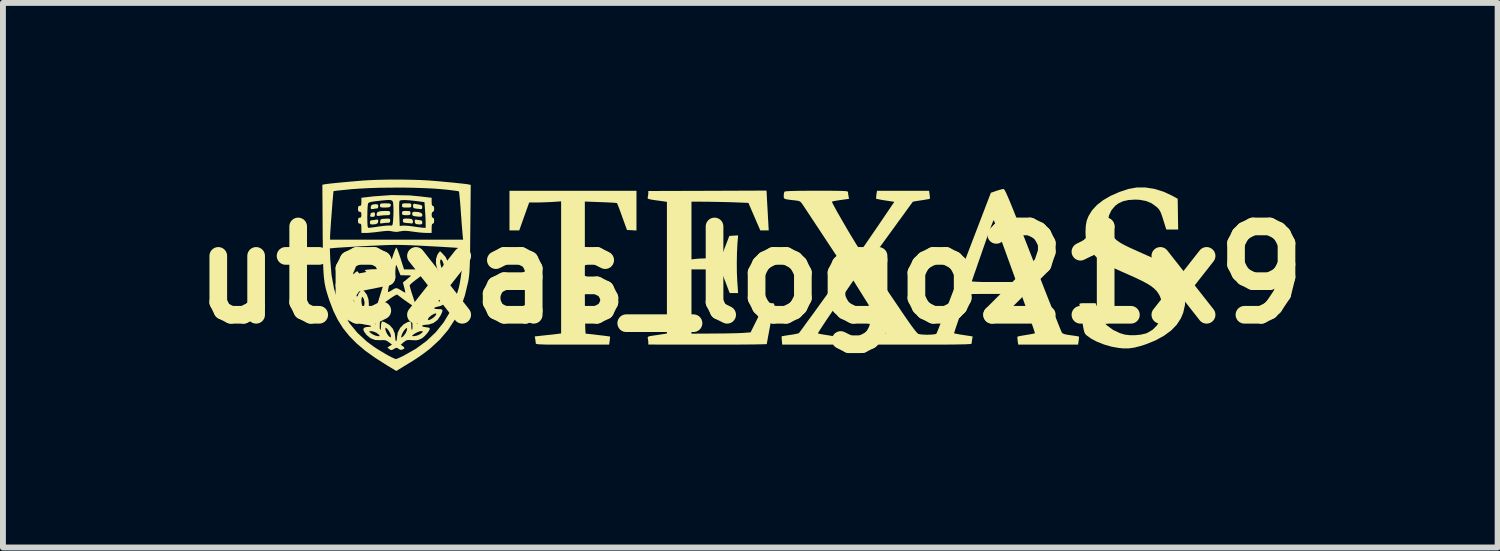
<source format=kicad_pcb>
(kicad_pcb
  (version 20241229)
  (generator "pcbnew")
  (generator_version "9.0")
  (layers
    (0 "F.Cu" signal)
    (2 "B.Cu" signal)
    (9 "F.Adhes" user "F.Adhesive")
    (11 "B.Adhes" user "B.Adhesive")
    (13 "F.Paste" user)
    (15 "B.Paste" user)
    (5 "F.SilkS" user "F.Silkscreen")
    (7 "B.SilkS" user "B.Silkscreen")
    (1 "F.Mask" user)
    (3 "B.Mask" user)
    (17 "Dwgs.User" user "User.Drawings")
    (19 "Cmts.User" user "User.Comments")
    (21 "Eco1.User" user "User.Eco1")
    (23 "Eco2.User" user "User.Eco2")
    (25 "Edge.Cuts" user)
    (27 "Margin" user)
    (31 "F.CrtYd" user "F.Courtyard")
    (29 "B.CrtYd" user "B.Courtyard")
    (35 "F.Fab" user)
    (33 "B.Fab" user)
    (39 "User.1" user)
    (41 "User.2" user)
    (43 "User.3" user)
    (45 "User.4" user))
  (footprint "utexas_logo21x9"
    (layer "F.Cu")
    (at 9.693 1.618)
    (property "Reference" "utexas_logo21x9" (at 0 0 0) (layer "F.SilkS") (effects (font (size 1.5 1.5) (thickness 0.3))))
    (attr board_only exclude_from_pos_files exclude_from_bom)
    (fp_poly (pts (xy -6.376 -1.046) (xy -6.375 -1.026) (xy -6.379 -0.997) (xy -6.396 -0.986) (xy -6.42 -0.985) (xy -6.45 -0.988) (xy -6.458 -1) (xy -6.456 -1.007) (xy -6.448 -1.034) (xy -6.447 -1.042) (xy -6.435 -1.053) (xy -6.411 -1.06) (xy -6.385 -1.061)) (stroke (width 0) (type solid)) (fill yes) (layer "F.SilkS"))
    (fp_poly (pts (xy -6.329 -1.196) (xy -6.319 -1.179) (xy -6.318 -1.164) (xy -6.325 -1.136) (xy -6.337 -1.128) (xy -6.365 -1.126) (xy -6.402 -1.119) (xy -6.433 -1.116) (xy -6.445 -1.125) (xy -6.447 -1.147) (xy -6.439 -1.178) (xy -6.412 -1.195) (xy -6.361 -1.2) (xy -6.36 -1.2)) (stroke (width 0) (type solid)) (fill yes) (layer "F.SilkS"))
    (fp_poly (pts (xy -6.32 -0.93) (xy -6.318 -0.909) (xy -6.327 -0.88) (xy -6.356 -0.862) (xy -6.409 -0.856) (xy -6.422 -0.855) (xy -6.451 -0.86) (xy -6.461 -0.879) (xy -6.461 -0.891) (xy -6.454 -0.92) (xy -6.434 -0.927) (xy -6.401 -0.93) (xy -6.363 -0.936) (xy -6.332 -0.94)) (stroke (width 0) (type solid)) (fill yes) (layer "F.SilkS"))
    (fp_poly (pts (xy -5.633 -1.066) (xy -5.59 -1.052) (xy -5.571 -1.028) (xy -5.57 -1.019) (xy -5.572 -1) (xy -5.583 -0.99) (xy -5.607 -0.987) (xy -5.651 -0.99) (xy -5.696 -0.995) (xy -5.729 -1.003) (xy -5.741 -1.021) (xy -5.743 -1.036) (xy -5.738 -1.061) (xy -5.716 -1.07) (xy -5.701 -1.071)) (stroke (width 0) (type solid)) (fill yes) (layer "F.SilkS"))
    (fp_poly (pts (xy -5.801 -1.084) (xy -5.779 -1.078) (xy -5.772 -1.064) (xy -5.771 -1.049) (xy -5.774 -1.028) (xy -5.786 -1.017) (xy -5.814 -1.014) (xy -5.843 -1.013) (xy -5.886 -1.015) (xy -5.907 -1.021) (xy -5.914 -1.035) (xy -5.915 -1.049) (xy -5.913 -1.071) (xy -5.901 -1.081) (xy -5.872 -1.085) (xy -5.843 -1.085)) (stroke (width 0) (type solid)) (fill yes) (layer "F.SilkS"))
    (fp_poly (pts (xy -5.791 -1.214) (xy -5.767 -1.209) (xy -5.758 -1.197) (xy -5.757 -1.179) (xy -5.759 -1.158) (xy -5.77 -1.147) (xy -5.797 -1.143) (xy -5.836 -1.143) (xy -5.881 -1.144) (xy -5.905 -1.149) (xy -5.914 -1.161) (xy -5.915 -1.179) (xy -5.913 -1.199) (xy -5.902 -1.21) (xy -5.876 -1.214) (xy -5.836 -1.215)) (stroke (width 0) (type solid)) (fill yes) (layer "F.SilkS"))
    (fp_poly (pts (xy -5.667 -0.936) (xy -5.626 -0.929) (xy -5.603 -0.927) (xy -5.578 -0.92) (xy -5.57 -0.894) (xy -5.57 -0.891) (xy -5.574 -0.866) (xy -5.592 -0.857) (xy -5.617 -0.856) (xy -5.655 -0.859) (xy -5.682 -0.865) (xy -5.682 -0.865) (xy -5.695 -0.883) (xy -5.7 -0.908) (xy -5.696 -0.934) (xy -5.678 -0.939)) (stroke (width 0) (type solid)) (fill yes) (layer "F.SilkS"))
    (fp_poly (pts (xy -5.703 -1.207) (xy -5.672 -1.201) (xy -5.63 -1.194) (xy -5.624 -1.193) (xy -5.588 -1.184) (xy -5.573 -1.169) (xy -5.57 -1.149) (xy -5.577 -1.122) (xy -5.595 -1.116) (xy -5.626 -1.12) (xy -5.669 -1.124) (xy -5.674 -1.125) (xy -5.71 -1.131) (xy -5.725 -1.144) (xy -5.728 -1.171) (xy -5.724 -1.2) (xy -5.708 -1.208)) (stroke (width 0) (type solid)) (fill yes) (layer "F.SilkS"))
    (fp_poly (pts (xy -6.143 -1.213) (xy -6.114 -1.207) (xy -6.104 -1.194) (xy -6.109 -1.171) (xy -6.111 -1.166) (xy -6.124 -1.152) (xy -6.155 -1.145) (xy -6.204 -1.143) (xy -6.251 -1.144) (xy -6.277 -1.148) (xy -6.287 -1.159) (xy -6.289 -1.179) (xy -6.289 -1.179) (xy -6.287 -1.198) (xy -6.278 -1.209) (xy -6.255 -1.213) (xy -6.211 -1.215) (xy -6.195 -1.215)) (stroke (width 0) (type solid)) (fill yes) (layer "F.SilkS"))
    (fp_poly (pts (xy -6.128 -0.952) (xy -6.118 -0.942) (xy -6.116 -0.921) (xy -6.116 -0.921) (xy -6.12 -0.897) (xy -6.135 -0.886) (xy -6.17 -0.884) (xy -6.216 -0.881) (xy -6.255 -0.875) (xy -6.258 -0.875) (xy -6.281 -0.872) (xy -6.288 -0.885) (xy -6.286 -0.907) (xy -6.282 -0.931) (xy -6.271 -0.944) (xy -6.245 -0.95) (xy -6.199 -0.953) (xy -6.153 -0.955)) (stroke (width 0) (type solid)) (fill yes) (layer "F.SilkS"))
    (fp_poly (pts (xy -5.793 -0.954) (xy -5.758 -0.949) (xy -5.751 -0.947) (xy -5.735 -0.931) (xy -5.729 -0.905) (xy -5.732 -0.882) (xy -5.745 -0.872) (xy -5.746 -0.872) (xy -5.771 -0.875) (xy -5.811 -0.879) (xy -5.833 -0.88) (xy -5.874 -0.885) (xy -5.894 -0.894) (xy -5.9 -0.911) (xy -5.901 -0.921) (xy -5.898 -0.943) (xy -5.884 -0.953) (xy -5.852 -0.956) (xy -5.837 -0.956)) (stroke (width 0) (type solid)) (fill yes) (layer "F.SilkS"))
    (fp_poly (pts (xy -6.145 -1.084) (xy -6.124 -1.078) (xy -6.117 -1.063) (xy -6.116 -1.049) (xy -6.119 -1.027) (xy -6.133 -1.016) (xy -6.166 -1.013) (xy -6.178 -1.013) (xy -6.232 -1.011) (xy -6.286 -1.005) (xy -6.293 -1.004) (xy -6.328 -1) (xy -6.343 -1.006) (xy -6.346 -1.026) (xy -6.346 -1.031) (xy -6.339 -1.056) (xy -6.315 -1.073) (xy -6.271 -1.082) (xy -6.202 -1.085) (xy -6.186 -1.085)) (stroke (width 0) (type solid)) (fill yes) (layer "F.SilkS"))
    (fp_poly (pts (xy -1.933 -1.09) (xy -1.933 -0.753) (xy -2.014 -0.758) (xy -2.094 -0.762) (xy -2.176 -0.987) (xy -2.203 -1.063) (xy -2.227 -1.128) (xy -2.247 -1.179) (xy -2.26 -1.21) (xy -2.264 -1.219) (xy -2.28 -1.221) (xy -2.32 -1.225) (xy -2.38 -1.228) (xy -2.454 -1.232) (xy -2.539 -1.235) (xy -2.541 -1.235) (xy -2.81 -1.245) (xy -2.81 -0.123) (xy -2.81 0.109) (xy -2.81 0.313) (xy -2.809 0.49) (xy -2.808 0.639) (xy -2.806 0.762) (xy -2.804 0.859) (xy -2.802 0.93) (xy -2.799 0.976) (xy -2.796 0.997) (xy -2.795 0.999) (xy -2.774 1.001) (xy -2.732 1.005) (xy -2.675 1.011) (xy -2.61 1.019) (xy -2.544 1.027) (xy -2.482 1.034) (xy -2.43 1.041) (xy -2.395 1.046) (xy -2.383 1.048) (xy -2.382 1.063) (xy -2.385 1.097) (xy -2.388 1.119) (xy -2.397 1.185) (xy -3.021 1.185) (xy -3.171 1.185) (xy -3.295 1.185) (xy -3.395 1.185) (xy -3.474 1.184) (xy -3.534 1.182) (xy -3.578 1.18) (xy -3.609 1.178) (xy -3.628 1.174) (xy -3.639 1.17) (xy -3.643 1.165) (xy -3.644 1.159) (xy -3.647 1.125) (xy -3.653 1.089) (xy -3.661 1.046) (xy -3.505 1.029) (xy -3.433 1.021) (xy -3.363 1.014) (xy -3.306 1.007) (xy -3.281 1.004) (xy -3.213 0.995) (xy -3.213 -0.126) (xy -3.213 -1.248) (xy -3.366 -1.238) (xy -3.446 -1.234) (xy -3.532 -1.231) (xy -3.609 -1.229) (xy -3.637 -1.229) (xy -3.755 -1.229) (xy -3.84 -0.992) (xy -3.924 -0.755) (xy -4.007 -0.755) (xy -4.09 -0.755) (xy -4.09 -1.091) (xy -4.09 -1.427) (xy -3.011 -1.427) (xy -1.933 -1.427)) (stroke (width 0) (type solid)) (fill yes) (layer "F.SilkS"))
    (fp_poly (pts (xy -6.002 -0.448) (xy -5.986 -0.411) (xy -5.966 -0.357) (xy -5.944 -0.291) (xy -5.939 -0.276) (xy -5.881 -0.093) (xy -5.676 -0.093) (xy -5.602 -0.093) (xy -5.541 -0.09) (xy -5.495 -0.087) (xy -5.472 -0.082) (xy -5.47 -0.08) (xy -5.481 -0.068) (xy -5.511 -0.042) (xy -5.556 -0.007) (xy -5.612 0.034) (xy -5.627 0.045) (xy -5.685 0.088) (xy -5.734 0.127) (xy -5.769 0.158) (xy -5.785 0.178) (xy -5.785 0.18) (xy -5.781 0.202) (xy -5.769 0.245) (xy -5.752 0.302) (xy -5.73 0.369) (xy -5.728 0.374) (xy -5.707 0.439) (xy -5.689 0.493) (xy -5.676 0.532) (xy -5.671 0.549) (xy -5.671 0.549) (xy -5.682 0.551) (xy -5.712 0.536) (xy -5.759 0.507) (xy -5.82 0.466) (xy -5.891 0.415) (xy -5.971 0.355) (xy -5.995 0.336) (xy -6.013 0.339) (xy -6.05 0.359) (xy -6.104 0.394) (xy -6.167 0.439) (xy -6.236 0.489) (xy -6.286 0.523) (xy -6.318 0.544) (xy -6.337 0.552) (xy -6.345 0.55) (xy -6.346 0.545) (xy -6.342 0.529) (xy -6.332 0.492) (xy -6.316 0.441) (xy -6.298 0.381) (xy -6.279 0.32) (xy -6.261 0.263) (xy -6.247 0.217) (xy -6.237 0.188) (xy -6.236 0.185) (xy -6.245 0.171) (xy -6.273 0.144) (xy -6.316 0.108) (xy -6.371 0.065) (xy -6.389 0.052) (xy -6.447 0.009) (xy -6.448 0.008) (xy -6.267 0.008) (xy -6.196 0.07) (xy -6.125 0.132) (xy -6.142 0.209) (xy -6.151 0.252) (xy -6.154 0.283) (xy -6.153 0.292) (xy -6.138 0.289) (xy -6.108 0.273) (xy -6.088 0.261) (xy -6.047 0.236) (xy -6.016 0.226) (xy -5.986 0.232) (xy -5.945 0.255) (xy -5.93 0.264) (xy -5.893 0.287) (xy -5.867 0.3) (xy -5.86 0.302) (xy -5.861 0.287) (xy -5.868 0.252) (xy -5.878 0.214) (xy -5.9 0.13) (xy -5.847 0.087) (xy -5.811 0.057) (xy -5.78 0.032) (xy -5.772 0.026) (xy -5.765 0.016) (xy -5.776 0.011) (xy -5.809 0.008) (xy -5.845 0.008) (xy -5.941 0.007) (xy -5.976 -0.081) (xy -6.012 -0.17) (xy -6.046 -0.081) (xy -6.08 0.007) (xy -6.174 0.007) (xy -6.267 0.008) (xy -6.448 0.008) (xy -6.495 -0.03) (xy -6.53 -0.059) (xy -6.547 -0.076) (xy -6.548 -0.079) (xy -6.534 -0.084) (xy -6.495 -0.089) (xy -6.436 -0.094) (xy -6.359 -0.096) (xy -6.344 -0.097) (xy -6.14 -0.101) (xy -6.083 -0.284) (xy -6.061 -0.351) (xy -6.04 -0.407) (xy -6.024 -0.445) (xy -6.013 -0.463) (xy -6.011 -0.463)) (stroke (width 0) (type solid)) (fill yes) (layer "F.SilkS"))
    (fp_poly (pts (xy 0.285 -1.254) (xy 0.29 -1.164) (xy 0.296 -1.064) (xy 0.301 -0.968) (xy 0.304 -0.916) (xy 0.313 -0.755) (xy 0.242 -0.755) (xy 0.17 -0.755) (xy 0.069 -0.988) (xy -0.032 -1.222) (xy -0.253 -1.231) (xy -0.347 -1.234) (xy -0.459 -1.237) (xy -0.576 -1.239) (xy -0.689 -1.241) (xy -0.737 -1.242) (xy -0.999 -1.243) (xy -0.999 -0.753) (xy -0.999 -0.262) (xy -0.924 -0.271) (xy -0.878 -0.275) (xy -0.814 -0.278) (xy -0.739 -0.28) (xy -0.674 -0.28) (xy -0.501 -0.28) (xy -0.429 -0.471) (xy -0.356 -0.661) (xy -0.282 -0.666) (xy -0.207 -0.67) (xy -0.219 -0.522) (xy -0.226 -0.375) (xy -0.229 -0.212) (xy -0.228 -0.045) (xy -0.221 0.114) (xy -0.218 0.147) (xy -0.207 0.309) (xy -0.279 0.309) (xy -0.35 0.309) (xy -0.379 0.234) (xy -0.416 0.135) (xy -0.445 0.06) (xy -0.467 0.005) (xy -0.484 -0.033) (xy -0.497 -0.058) (xy -0.509 -0.072) (xy -0.522 -0.079) (xy -0.537 -0.082) (xy -0.55 -0.084) (xy -0.585 -0.088) (xy -0.64 -0.09) (xy -0.71 -0.092) (xy -0.788 -0.093) (xy -0.801 -0.093) (xy -0.999 -0.093) (xy -0.999 0.453) (xy -0.999 0.999) (xy -0.636 0.997) (xy -0.527 0.996) (xy -0.42 0.995) (xy -0.319 0.993) (xy -0.231 0.991) (xy -0.163 0.988) (xy -0.134 0.987) (xy 0.005 0.977) (xy 0.128 0.73) (xy 0.251 0.482) (xy 0.332 0.482) (xy 0.378 0.482) (xy 0.401 0.487) (xy 0.407 0.497) (xy 0.405 0.514) (xy 0.4 0.538) (xy 0.391 0.584) (xy 0.378 0.647) (xy 0.364 0.722) (xy 0.348 0.805) (xy 0.332 0.889) (xy 0.317 0.971) (xy 0.303 1.045) (xy 0.292 1.107) (xy 0.284 1.152) (xy 0.28 1.174) (xy 0.28 1.176) (xy 0.266 1.177) (xy 0.226 1.179) (xy 0.161 1.18) (xy 0.075 1.182) (xy -0.031 1.183) (xy -0.154 1.184) (xy -0.293 1.185) (xy -0.443 1.185) (xy -0.605 1.185) (xy -0.726 1.185) (xy -1.732 1.184) (xy -1.732 1.146) (xy -1.736 1.104) (xy -1.741 1.076) (xy -1.743 1.061) (xy -1.735 1.051) (xy -1.713 1.043) (xy -1.671 1.035) (xy -1.629 1.029) (xy -1.567 1.02) (xy -1.51 1.011) (xy -1.469 1.005) (xy -1.463 1.004) (xy -1.416 0.996) (xy -1.416 -0.122) (xy -1.416 -1.24) (xy -1.534 -1.257) (xy -1.617 -1.268) (xy -1.675 -1.277) (xy -1.712 -1.285) (xy -1.734 -1.292) (xy -1.743 -1.3) (xy -1.743 -1.31) (xy -1.741 -1.321) (xy -1.734 -1.36) (xy -1.732 -1.387) (xy -1.732 -1.424) (xy -0.728 -1.427) (xy 0.276 -1.431)) (stroke (width 0) (type solid)) (fill yes) (layer "F.SilkS"))
    (fp_poly (pts (xy 6.711 -1.484) (xy 6.863 -1.46) (xy 7.016 -1.413) (xy 7.159 -1.347) (xy 7.259 -1.292) (xy 7.263 -1.03) (xy 7.267 -0.769) (xy 7.167 -0.769) (xy 7.066 -0.769) (xy 7.014 -0.934) (xy 6.991 -1.006) (xy 6.972 -1.057) (xy 6.954 -1.093) (xy 6.934 -1.121) (xy 6.908 -1.147) (xy 6.897 -1.157) (xy 6.815 -1.216) (xy 6.723 -1.254) (xy 6.617 -1.274) (xy 6.54 -1.278) (xy 6.423 -1.271) (xy 6.327 -1.249) (xy 6.246 -1.21) (xy 6.198 -1.173) (xy 6.134 -1.098) (xy 6.093 -1.011) (xy 6.074 -0.917) (xy 6.078 -0.823) (xy 6.106 -0.733) (xy 6.156 -0.654) (xy 6.188 -0.62) (xy 6.223 -0.588) (xy 6.265 -0.557) (xy 6.318 -0.525) (xy 6.385 -0.49) (xy 6.47 -0.45) (xy 6.576 -0.402) (xy 6.657 -0.366) (xy 6.803 -0.301) (xy 6.924 -0.242) (xy 7.024 -0.189) (xy 7.106 -0.138) (xy 7.172 -0.088) (xy 7.226 -0.037) (xy 7.27 0.018) (xy 7.307 0.079) (xy 7.328 0.12) (xy 7.371 0.243) (xy 7.389 0.375) (xy 7.383 0.51) (xy 7.353 0.643) (xy 7.313 0.739) (xy 7.244 0.846) (xy 7.148 0.945) (xy 7.027 1.034) (xy 6.881 1.114) (xy 6.712 1.182) (xy 6.627 1.209) (xy 6.522 1.236) (xy 6.429 1.249) (xy 6.333 1.249) (xy 6.26 1.242) (xy 6.136 1.22) (xy 6.011 1.184) (xy 5.893 1.138) (xy 5.79 1.084) (xy 5.716 1.031) (xy 5.699 1.015) (xy 5.685 0.998) (xy 5.674 0.974) (xy 5.665 0.94) (xy 5.655 0.89) (xy 5.643 0.82) (xy 5.635 0.769) (xy 5.622 0.69) (xy 5.61 0.619) (xy 5.6 0.562) (xy 5.594 0.524) (xy 5.592 0.514) (xy 5.589 0.499) (xy 5.594 0.49) (xy 5.611 0.484) (xy 5.644 0.482) (xy 5.7 0.482) (xy 5.724 0.482) (xy 5.865 0.482) (xy 5.929 0.641) (xy 5.96 0.715) (xy 5.985 0.767) (xy 6.01 0.807) (xy 6.038 0.839) (xy 6.063 0.863) (xy 6.163 0.936) (xy 6.279 0.991) (xy 6.362 1.015) (xy 6.444 1.025) (xy 6.537 1.025) (xy 6.629 1.016) (xy 6.71 0.998) (xy 6.743 0.986) (xy 6.834 0.932) (xy 6.907 0.858) (xy 6.961 0.771) (xy 6.994 0.673) (xy 7.005 0.569) (xy 6.993 0.464) (xy 6.957 0.362) (xy 6.932 0.318) (xy 6.9 0.274) (xy 6.861 0.234) (xy 6.811 0.194) (xy 6.747 0.153) (xy 6.666 0.109) (xy 6.565 0.06) (xy 6.441 0.004) (xy 6.418 -0.006) (xy 6.296 -0.06) (xy 6.197 -0.105) (xy 6.118 -0.142) (xy 6.054 -0.175) (xy 6.003 -0.204) (xy 5.96 -0.232) (xy 5.923 -0.261) (xy 5.887 -0.293) (xy 5.856 -0.323) (xy 5.788 -0.398) (xy 5.741 -0.471) (xy 5.712 -0.55) (xy 5.697 -0.642) (xy 5.693 -0.726) (xy 5.698 -0.832) (xy 5.714 -0.921) (xy 5.746 -1) (xy 5.795 -1.081) (xy 5.807 -1.098) (xy 5.887 -1.186) (xy 5.993 -1.268) (xy 6.12 -1.342) (xy 6.267 -1.407) (xy 6.425 -1.459) (xy 6.564 -1.484)) (stroke (width 0) (type solid)) (fill yes) (layer "F.SilkS"))
    (fp_poly (pts (xy -5.783 -1.349) (xy -5.617 -1.333) (xy -5.412 -1.309) (xy -5.412 -1.24) (xy -5.41 -1.196) (xy -5.401 -1.175) (xy -5.39 -1.172) (xy -5.375 -1.161) (xy -5.369 -1.126) (xy -5.369 -1.121) (xy -5.374 -1.084) (xy -5.389 -1.071) (xy -5.39 -1.071) (xy -5.406 -1.06) (xy -5.412 -1.025) (xy -5.412 -1.021) (xy -5.407 -0.983) (xy -5.392 -0.97) (xy -5.39 -0.97) (xy -5.375 -0.959) (xy -5.369 -0.925) (xy -5.369 -0.92) (xy -5.374 -0.883) (xy -5.389 -0.87) (xy -5.39 -0.87) (xy -5.403 -0.863) (xy -5.41 -0.838) (xy -5.412 -0.791) (xy -5.412 -0.712) (xy -5.498 -0.712) (xy -5.551 -0.714) (xy -5.621 -0.72) (xy -5.696 -0.729) (xy -5.732 -0.734) (xy -5.806 -0.744) (xy -5.861 -0.748) (xy -5.904 -0.746) (xy -5.943 -0.739) (xy -5.945 -0.739) (xy -6.006 -0.729) (xy -6.064 -0.735) (xy -6.078 -0.738) (xy -6.117 -0.745) (xy -6.161 -0.747) (xy -6.217 -0.743) (xy -6.294 -0.734) (xy -6.298 -0.733) (xy -6.371 -0.724) (xy -6.443 -0.717) (xy -6.502 -0.712) (xy -6.529 -0.712) (xy -6.605 -0.712) (xy -6.605 -0.791) (xy -6.606 -0.836) (xy -6.612 -0.86) (xy -6.624 -0.869) (xy -6.634 -0.87) (xy -6.654 -0.875) (xy -6.662 -0.897) (xy -6.663 -0.92) (xy -6.659 -0.955) (xy -6.647 -0.969) (xy -6.634 -0.97) (xy -6.614 -0.976) (xy -6.608 -0.993) (xy -6.505 -0.993) (xy -6.504 -0.913) (xy -6.502 -0.857) (xy -6.499 -0.823) (xy -6.493 -0.804) (xy -6.485 -0.798) (xy -6.483 -0.798) (xy -6.461 -0.8) (xy -6.417 -0.805) (xy -6.359 -0.813) (xy -6.309 -0.821) (xy -6.241 -0.83) (xy -6.18 -0.836) (xy -6.134 -0.838) (xy -6.115 -0.838) (xy -6.094 -0.836) (xy -6.082 -0.841) (xy -6.074 -0.861) (xy -6.069 -0.899) (xy -6.066 -0.933) (xy -6.062 -1.002) (xy -6.06 -1.081) (xy -6.061 -1.142) (xy -5.964 -1.142) (xy -5.962 -1.051) (xy -5.962 -1.04) (xy -5.954 -0.83) (xy -5.902 -0.836) (xy -5.864 -0.836) (xy -5.808 -0.832) (xy -5.744 -0.825) (xy -5.721 -0.821) (xy -5.658 -0.812) (xy -5.602 -0.805) (xy -5.562 -0.8) (xy -5.552 -0.8) (xy -5.513 -0.798) (xy -5.514 -0.895) (xy -5.516 -0.959) (xy -5.52 -1.035) (xy -5.525 -1.109) (xy -5.525 -1.114) (xy -5.534 -1.235) (xy -5.671 -1.253) (xy -5.776 -1.265) (xy -5.859 -1.27) (xy -5.918 -1.269) (xy -5.951 -1.262) (xy -5.953 -1.261) (xy -5.96 -1.245) (xy -5.963 -1.206) (xy -5.964 -1.142) (xy -6.061 -1.142) (xy -6.061 -1.15) (xy -6.064 -1.199) (xy -6.068 -1.233) (xy -6.079 -1.256) (xy -6.101 -1.268) (xy -6.137 -1.272) (xy -6.193 -1.269) (xy -6.271 -1.261) (xy -6.308 -1.257) (xy -6.383 -1.248) (xy -6.435 -1.24) (xy -6.468 -1.231) (xy -6.486 -1.22) (xy -6.491 -1.213) (xy -6.496 -1.19) (xy -6.5 -1.144) (xy -6.503 -1.082) (xy -6.504 -1.009) (xy -6.505 -0.993) (xy -6.608 -0.993) (xy -6.606 -0.998) (xy -6.605 -1.021) (xy -6.608 -1.055) (xy -6.621 -1.069) (xy -6.634 -1.071) (xy -6.654 -1.077) (xy -6.662 -1.099) (xy -6.663 -1.121) (xy -6.659 -1.156) (xy -6.647 -1.17) (xy -6.634 -1.172) (xy -6.616 -1.175) (xy -6.608 -1.192) (xy -6.605 -1.229) (xy -6.605 -1.24) (xy -6.605 -1.309) (xy -6.4 -1.333) (xy -6.091 -1.355)) (stroke (width 0) (type solid)) (fill yes) (layer "F.SilkS"))
    (fp_poly (pts (xy -5.869 -1.617) (xy -5.724 -1.614) (xy -5.592 -1.61) (xy -5.48 -1.604) (xy -5.462 -1.603) (xy -5.363 -1.595) (xy -5.258 -1.586) (xy -5.154 -1.576) (xy -5.053 -1.567) (xy -4.962 -1.557) (xy -4.884 -1.549) (xy -4.826 -1.542) (xy -4.791 -1.537) (xy -4.789 -1.536) (xy -4.748 -1.528) (xy -4.755 -0.786) (xy -4.757 -0.617) (xy -4.758 -0.475) (xy -4.76 -0.355) (xy -4.762 -0.256) (xy -4.764 -0.174) (xy -4.767 -0.107) (xy -4.77 -0.051) (xy -4.774 -0.004) (xy -4.779 0.037) (xy -4.784 0.075) (xy -4.791 0.113) (xy -4.791 0.115) (xy -4.847 0.349) (xy -4.921 0.563) (xy -5.017 0.758) (xy -5.134 0.937) (xy -5.273 1.1) (xy -5.437 1.251) (xy -5.522 1.317) (xy -5.57 1.352) (xy -5.617 1.385) (xy -5.667 1.419) (xy -5.724 1.456) (xy -5.794 1.499) (xy -5.881 1.552) (xy -5.967 1.605) (xy -6.012 1.632) (xy -6.18 1.531) (xy -6.374 1.407) (xy -6.543 1.286) (xy -6.688 1.163) (xy -6.811 1.038) (xy -6.917 0.906) (xy -7.006 0.764) (xy -7.081 0.612) (xy -7.145 0.444) (xy -7.15 0.431) (xy -7.172 0.363) (xy -7.191 0.302) (xy -7.207 0.245) (xy -7.22 0.189) (xy -7.231 0.13) (xy -7.239 0.067) (xy -7.246 -0.005) (xy -7.251 -0.087) (xy -7.255 -0.183) (xy -7.258 -0.297) (xy -7.26 -0.43) (xy -7.26 -0.449) (xy -7.141 -0.449) (xy -7.133 -0.246) (xy -7.112 0.004) (xy -7.069 0.237) (xy -7.003 0.451) (xy -6.915 0.647) (xy -6.805 0.825) (xy -6.672 0.986) (xy -6.516 1.13) (xy -6.405 1.213) (xy -6.34 1.256) (xy -6.27 1.299) (xy -6.2 1.341) (xy -6.134 1.378) (xy -6.079 1.406) (xy -6.038 1.425) (xy -6.019 1.43) (xy -5.999 1.424) (xy -5.96 1.408) (xy -5.909 1.384) (xy -5.883 1.371) (xy -5.679 1.255) (xy -5.499 1.123) (xy -5.343 0.976) (xy -5.211 0.812) (xy -5.101 0.631) (xy -5.015 0.433) (xy -4.95 0.217) (xy -4.937 0.159) (xy -4.921 0.067) (xy -4.906 -0.041) (xy -4.893 -0.154) (xy -4.884 -0.262) (xy -4.88 -0.353) (xy -4.88 -0.368) (xy -4.88 -0.449) (xy -4.963 -0.457) (xy -4.997 -0.46) (xy -5.056 -0.464) (xy -5.136 -0.469) (xy -5.231 -0.475) (xy -5.339 -0.481) (xy -5.455 -0.487) (xy -5.525 -0.491) (xy -5.66 -0.498) (xy -5.772 -0.503) (xy -5.868 -0.506) (xy -5.954 -0.508) (xy -6.036 -0.509) (xy -6.121 -0.507) (xy -6.214 -0.504) (xy -6.322 -0.499) (xy -6.451 -0.493) (xy -6.489 -0.491) (xy -6.608 -0.485) (xy -6.722 -0.478) (xy -6.826 -0.472) (xy -6.916 -0.467) (xy -6.988 -0.462) (xy -7.038 -0.459) (xy -7.056 -0.457) (xy -7.141 -0.449) (xy -7.26 -0.449) (xy -7.261 -0.585) (xy -7.262 -0.597) (xy -7.137 -0.597) (xy -6.007 -0.597) (xy -4.877 -0.597) (xy -4.886 -0.679) (xy -4.889 -0.718) (xy -4.894 -0.78) (xy -4.901 -0.86) (xy -4.907 -0.951) (xy -4.915 -1.05) (xy -4.917 -1.085) (xy -4.924 -1.179) (xy -4.931 -1.263) (xy -4.938 -1.332) (xy -4.943 -1.384) (xy -4.948 -1.413) (xy -4.95 -1.418) (xy -4.966 -1.422) (xy -5.007 -1.428) (xy -5.067 -1.436) (xy -5.142 -1.445) (xy -5.228 -1.453) (xy -5.232 -1.454) (xy -5.375 -1.465) (xy -5.54 -1.473) (xy -5.721 -1.479) (xy -5.912 -1.482) (xy -6.106 -1.481) (xy -6.298 -1.479) (xy -6.48 -1.473) (xy -6.647 -1.464) (xy -6.785 -1.454) (xy -6.872 -1.445) (xy -6.95 -1.437) (xy -7.013 -1.431) (xy -7.056 -1.425) (xy -7.077 -1.422) (xy -7.078 -1.422) (xy -7.08 -1.407) (xy -7.084 -1.368) (xy -7.089 -1.309) (xy -7.096 -1.235) (xy -7.102 -1.151) (xy -7.109 -1.061) (xy -7.116 -0.969) (xy -7.123 -0.881) (xy -7.128 -0.8) (xy -7.133 -0.731) (xy -7.136 -0.679) (xy -7.137 -0.65) (xy -7.137 -0.597) (xy -7.262 -0.597) (xy -7.263 -0.767) (xy -7.263 -0.772) (xy -7.268 -1.53) (xy -7.235 -1.537) (xy -7.206 -1.542) (xy -7.152 -1.548) (xy -7.08 -1.556) (xy -6.993 -1.565) (xy -6.896 -1.574) (xy -6.795 -1.583) (xy -6.694 -1.592) (xy -6.597 -1.6) (xy -6.555 -1.603) (xy -6.446 -1.609) (xy -6.316 -1.614) (xy -6.172 -1.617) (xy -6.021 -1.618)) (stroke (width 0) (type solid)) (fill yes) (layer "F.SilkS"))
    (fp_poly (pts (xy 4.305 -1.456) (xy 4.313 -1.449) (xy 4.323 -1.434) (xy 4.335 -1.411) (xy 4.351 -1.378) (xy 4.371 -1.333) (xy 4.396 -1.275) (xy 4.427 -1.201) (xy 4.463 -1.112) (xy 4.506 -1.004) (xy 4.557 -0.876) (xy 4.616 -0.727) (xy 4.683 -0.556) (xy 4.76 -0.359) (xy 4.801 -0.255) (xy 4.871 -0.077) (xy 4.938 0.093) (xy 5.001 0.255) (xy 5.06 0.405) (xy 5.115 0.542) (xy 5.163 0.664) (xy 5.205 0.768) (xy 5.239 0.854) (xy 5.265 0.919) (xy 5.283 0.961) (xy 5.29 0.978) (xy 5.305 0.994) (xy 5.33 1.005) (xy 5.372 1.015) (xy 5.437 1.025) (xy 5.442 1.026) (xy 5.501 1.034) (xy 5.548 1.041) (xy 5.576 1.047) (xy 5.582 1.049) (xy 5.583 1.065) (xy 5.58 1.099) (xy 5.577 1.12) (xy 5.567 1.185) (xy 5.059 1.185) (xy 4.551 1.185) (xy 4.541 1.12) (xy 4.537 1.08) (xy 4.536 1.054) (xy 4.537 1.05) (xy 4.553 1.045) (xy 4.591 1.037) (xy 4.644 1.028) (xy 4.686 1.021) (xy 4.746 1.011) (xy 4.795 1.002) (xy 4.826 0.995) (xy 4.834 0.993) (xy 4.831 0.978) (xy 4.819 0.941) (xy 4.8 0.883) (xy 4.774 0.81) (xy 4.744 0.725) (xy 4.72 0.656) (xy 4.6 0.324) (xy 4.143 0.324) (xy 4.032 0.324) (xy 3.931 0.324) (xy 3.843 0.325) (xy 3.771 0.326) (xy 3.719 0.326) (xy 3.691 0.328) (xy 3.687 0.328) (xy 3.683 0.343) (xy 3.67 0.38) (xy 3.65 0.438) (xy 3.625 0.511) (xy 3.595 0.596) (xy 3.572 0.661) (xy 3.54 0.753) (xy 3.512 0.835) (xy 3.489 0.903) (xy 3.472 0.955) (xy 3.463 0.986) (xy 3.461 0.994) (xy 3.476 0.997) (xy 3.514 1.004) (xy 3.568 1.014) (xy 3.621 1.022) (xy 3.776 1.046) (xy 3.768 1.098) (xy 3.762 1.137) (xy 3.759 1.165) (xy 3.759 1.168) (xy 3.753 1.171) (xy 3.734 1.175) (xy 3.699 1.177) (xy 3.648 1.18) (xy 3.579 1.181) (xy 3.489 1.183) (xy 3.377 1.184) (xy 3.242 1.185) (xy 3.082 1.185) (xy 2.894 1.185) (xy 2.891 1.185) (xy 2.023 1.185) (xy 2.014 1.119) (xy 2.01 1.078) (xy 2.01 1.051) (xy 2.011 1.046) (xy 2.027 1.041) (xy 2.065 1.034) (xy 2.118 1.024) (xy 2.158 1.018) (xy 2.219 1.008) (xy 2.267 1) (xy 2.298 0.994) (xy 2.305 0.991) (xy 2.298 0.979) (xy 2.279 0.944) (xy 2.247 0.891) (xy 2.204 0.822) (xy 2.153 0.739) (xy 2.095 0.646) (xy 2.032 0.544) (xy 2.03 0.542) (xy 1.751 0.096) (xy 1.446 0.542) (xy 1.378 0.643) (xy 1.315 0.735) (xy 1.26 0.818) (xy 1.214 0.888) (xy 1.179 0.942) (xy 1.156 0.979) (xy 1.148 0.994) (xy 1.148 0.994) (xy 1.164 0.999) (xy 1.202 1.007) (xy 1.255 1.016) (xy 1.287 1.021) (xy 1.345 1.03) (xy 1.392 1.039) (xy 1.42 1.045) (xy 1.426 1.047) (xy 1.428 1.064) (xy 1.425 1.099) (xy 1.423 1.12) (xy 1.413 1.185) (xy 0.977 1.185) (xy 0.542 1.185) (xy 0.536 1.117) (xy 0.533 1.076) (xy 0.532 1.05) (xy 0.533 1.044) (xy 0.548 1.041) (xy 0.585 1.034) (xy 0.638 1.026) (xy 0.677 1.02) (xy 0.737 1.011) (xy 0.787 1.001) (xy 0.819 0.993) (xy 0.827 0.989) (xy 0.837 0.975) (xy 0.863 0.941) (xy 0.902 0.888) (xy 0.952 0.818) (xy 1.013 0.735) (xy 1.082 0.641) (xy 1.157 0.537) (xy 1.226 0.441) (xy 1.615 -0.095) (xy 1.281 -0.601) (xy 1.208 -0.712) (xy 1.138 -0.818) (xy 1.073 -0.916) (xy 1.015 -1.004) (xy 0.966 -1.078) (xy 0.928 -1.135) (xy 0.904 -1.172) (xy 0.898 -1.181) (xy 0.869 -1.222) (xy 0.846 -1.245) (xy 0.817 -1.256) (xy 0.773 -1.263) (xy 0.762 -1.264) (xy 0.684 -1.273) (xy 0.631 -1.28) (xy 0.597 -1.287) (xy 0.578 -1.297) (xy 0.57 -1.311) (xy 0.568 -1.33) (xy 0.568 -1.342) (xy 0.571 -1.382) (xy 0.578 -1.409) (xy 0.579 -1.411) (xy 0.59 -1.416) (xy 0.62 -1.42) (xy 0.669 -1.423) (xy 0.739 -1.425) (xy 0.832 -1.427) (xy 0.95 -1.428) (xy 1.095 -1.428) (xy 1.125 -1.428) (xy 1.263 -1.428) (xy 1.375 -1.428) (xy 1.464 -1.427) (xy 1.533 -1.426) (xy 1.583 -1.424) (xy 1.618 -1.422) (xy 1.641 -1.419) (xy 1.653 -1.414) (xy 1.659 -1.409) (xy 1.66 -1.402) (xy 1.663 -1.369) (xy 1.669 -1.333) (xy 1.677 -1.291) (xy 1.54 -1.272) (xy 1.479 -1.263) (xy 1.428 -1.254) (xy 1.395 -1.246) (xy 1.387 -1.243) (xy 1.391 -1.23) (xy 1.408 -1.195) (xy 1.436 -1.143) (xy 1.472 -1.076) (xy 1.516 -1) (xy 1.564 -0.916) (xy 1.615 -0.828) (xy 1.666 -0.741) (xy 1.716 -0.657) (xy 1.763 -0.58) (xy 1.804 -0.513) (xy 1.838 -0.46) (xy 1.862 -0.425) (xy 1.874 -0.41) (xy 1.875 -0.41) (xy 1.885 -0.421) (xy 1.908 -0.454) (xy 1.945 -0.505) (xy 1.991 -0.572) (xy 2.046 -0.652) (xy 2.108 -0.742) (xy 2.165 -0.825) (xy 2.446 -1.24) (xy 2.295 -1.263) (xy 2.233 -1.273) (xy 2.182 -1.283) (xy 2.148 -1.289) (xy 2.138 -1.293) (xy 2.137 -1.309) (xy 2.14 -1.344) (xy 2.142 -1.363) (xy 2.152 -1.427) (xy 2.594 -1.427) (xy 3.037 -1.427) (xy 3.046 -1.362) (xy 3.05 -1.322) (xy 3.051 -1.296) (xy 3.05 -1.292) (xy 3.035 -1.288) (xy 2.998 -1.281) (xy 2.945 -1.272) (xy 2.905 -1.266) (xy 2.845 -1.257) (xy 2.797 -1.249) (xy 2.767 -1.243) (xy 2.76 -1.241) (xy 2.751 -1.228) (xy 2.727 -1.195) (xy 2.689 -1.144) (xy 2.64 -1.076) (xy 2.581 -0.994) (xy 2.513 -0.902) (xy 2.439 -0.799) (xy 2.382 -0.721) (xy 2.008 -0.206) (xy 2.18 0.048) (xy 2.237 0.132) (xy 2.306 0.233) (xy 2.382 0.345) (xy 2.46 0.46) (xy 2.536 0.572) (xy 2.585 0.645) (xy 2.666 0.763) (xy 2.733 0.858) (xy 2.786 0.929) (xy 2.825 0.977) (xy 2.85 1.001) (xy 2.853 1.003) (xy 2.887 1.01) (xy 2.937 1.015) (xy 2.996 1.017) (xy 3.056 1.016) (xy 3.109 1.012) (xy 3.147 1.006) (xy 3.16 1) (xy 3.168 0.984) (xy 3.185 0.944) (xy 3.21 0.88) (xy 3.244 0.796) (xy 3.285 0.692) (xy 3.332 0.571) (xy 3.385 0.435) (xy 3.442 0.286) (xy 3.504 0.126) (xy 3.51 0.11) (xy 3.761 0.11) (xy 3.774 0.113) (xy 3.811 0.116) (xy 3.87 0.119) (xy 3.947 0.121) (xy 4.038 0.122) (xy 4.138 0.122) (xy 4.52 0.122) (xy 4.47 -0.018) (xy 4.397 -0.219) (xy 4.333 -0.396) (xy 4.277 -0.549) (xy 4.231 -0.676) (xy 4.193 -0.778) (xy 4.164 -0.855) (xy 4.145 -0.905) (xy 4.135 -0.928) (xy 4.134 -0.93) (xy 4.128 -0.919) (xy 4.113 -0.884) (xy 4.091 -0.827) (xy 4.063 -0.752) (xy 4.03 -0.661) (xy 3.994 -0.558) (xy 3.954 -0.444) (xy 3.946 -0.421) (xy 3.906 -0.305) (xy 3.868 -0.197) (xy 3.835 -0.1) (xy 3.806 -0.019) (xy 3.784 0.046) (xy 3.769 0.089) (xy 3.762 0.109) (xy 3.761 0.11) (xy 3.51 0.11) (xy 3.57 -0.044) (xy 3.631 -0.206) (xy 4.086 -1.394) (xy 4.178 -1.426) (xy 4.229 -1.442) (xy 4.274 -1.454) (xy 4.299 -1.458)) (stroke (width 0) (type solid)) (fill yes) (layer "F.SilkS"))
    (fp_poly (pts (xy -5.225 -0.359) (xy -5.174 -0.301) (xy -5.145 -0.238) (xy -5.132 -0.184) (xy -5.122 -0.125) (xy -5.072 -0.146) (xy -5.037 -0.157) (xy -5.014 -0.159) (xy -5.012 -0.158) (xy -5.007 -0.14) (xy -5.003 -0.101) (xy -5.002 -0.058) (xy -5.005 -0.002) (xy -5.014 0.039) (xy -5.033 0.076) (xy -5.046 0.095) (xy -5.086 0.14) (xy -5.136 0.179) (xy -5.153 0.19) (xy -5.193 0.213) (xy -5.218 0.232) (xy -5.224 0.243) (xy -5.209 0.244) (xy -5.19 0.237) (xy -5.147 0.226) (xy -5.116 0.223) (xy -5.093 0.226) (xy -5.084 0.242) (xy -5.082 0.277) (xy -5.095 0.353) (xy -5.129 0.423) (xy -5.18 0.482) (xy -5.243 0.521) (xy -5.275 0.532) (xy -5.326 0.544) (xy -5.355 0.553) (xy -5.367 0.562) (xy -5.369 0.569) (xy -5.356 0.576) (xy -5.323 0.581) (xy -5.297 0.582) (xy -5.255 0.584) (xy -5.232 0.592) (xy -5.228 0.612) (xy -5.24 0.648) (xy -5.263 0.695) (xy -5.313 0.767) (xy -5.381 0.818) (xy -5.461 0.844) (xy -5.5 0.847) (xy -5.548 0.852) (xy -5.573 0.861) (xy -5.572 0.873) (xy -5.546 0.883) (xy -5.518 0.888) (xy -5.477 0.894) (xy -5.45 0.901) (xy -5.445 0.904) (xy -5.444 0.923) (xy -5.46 0.955) (xy -5.488 0.993) (xy -5.523 1.032) (xy -5.559 1.065) (xy -5.585 1.082) (xy -5.626 1.101) (xy -5.665 1.111) (xy -5.712 1.111) (xy -5.743 1.109) (xy -5.795 1.106) (xy -5.829 1.109) (xy -5.855 1.12) (xy -5.884 1.142) (xy -5.887 1.144) (xy -5.937 1.187) (xy -5.904 1.21) (xy -5.877 1.233) (xy -5.877 1.251) (xy -5.903 1.267) (xy -5.905 1.268) (xy -5.936 1.275) (xy -5.967 1.262) (xy -5.973 1.257) (xy -5.998 1.241) (xy -6.018 1.24) (xy -6.045 1.254) (xy -6.053 1.259) (xy -6.084 1.276) (xy -6.104 1.278) (xy -6.125 1.265) (xy -6.131 1.261) (xy -6.163 1.235) (xy -6.124 1.209) (xy -6.085 1.184) (xy -6.139 1.144) (xy -6.173 1.121) (xy -6.203 1.11) (xy -6.241 1.108) (xy -6.281 1.11) (xy -6.373 1.106) (xy -6.451 1.076) (xy -6.517 1.021) (xy -6.523 1.014) (xy -6.558 0.966) (xy -6.47 0.966) (xy -6.461 0.977) (xy -6.42 1.007) (xy -6.37 1.031) (xy -6.324 1.042) (xy -6.319 1.042) (xy -6.296 1.04) (xy -6.298 1.028) (xy -6.304 1.02) (xy -6.346 0.986) (xy -6.4 0.963) (xy -6.442 0.956) (xy -6.469 0.958) (xy -6.47 0.966) (xy -6.558 0.966) (xy -6.56 0.962) (xy -6.573 0.924) (xy -6.56 0.899) (xy -6.521 0.887) (xy -6.484 0.884) (xy -6.448 0.881) (xy -6.438 0.873) (xy -6.449 0.864) (xy -6.48 0.855) (xy -6.525 0.848) (xy -6.531 0.848) (xy -6.621 0.829) (xy -6.695 0.787) (xy -6.752 0.723) (xy -6.781 0.658) (xy -6.696 0.658) (xy -6.69 0.678) (xy -6.686 0.685) (xy -6.658 0.715) (xy -6.624 0.742) (xy -6.59 0.761) (xy -6.562 0.768) (xy -6.548 0.762) (xy -6.548 0.757) (xy -6.558 0.738) (xy -6.585 0.712) (xy -6.616 0.687) (xy -6.431 0.687) (xy -6.423 0.726) (xy -6.406 0.773) (xy -6.401 0.783) (xy -6.369 0.848) (xy -6.364 0.795) (xy -6.367 0.744) (xy -6.382 0.698) (xy -6.404 0.663) (xy -6.42 0.652) (xy -6.429 0.662) (xy -6.431 0.687) (xy -6.616 0.687) (xy -6.619 0.685) (xy -6.644 0.67) (xy -6.68 0.655) (xy -6.696 0.658) (xy -6.781 0.658) (xy -6.785 0.649) (xy -6.786 0.645) (xy -6.523 0.645) (xy -6.523 0.659) (xy -6.512 0.661) (xy -6.499 0.644) (xy -6.491 0.618) (xy -6.49 0.612) (xy -6.495 0.602) (xy -6.51 0.618) (xy -6.51 0.619) (xy -6.523 0.645) (xy -6.786 0.645) (xy -6.805 0.582) (xy -6.734 0.582) (xy -6.689 0.579) (xy -6.666 0.57) (xy -6.666 0.559) (xy -6.692 0.548) (xy -6.702 0.546) (xy -6.792 0.514) (xy -6.863 0.462) (xy -6.914 0.39) (xy -6.938 0.316) (xy -6.864 0.316) (xy -6.854 0.347) (xy -6.829 0.386) (xy -6.796 0.421) (xy -6.773 0.439) (xy -6.742 0.457) (xy -6.724 0.467) (xy -6.723 0.467) (xy -6.726 0.456) (xy -6.738 0.433) (xy -6.605 0.433) (xy -6.602 0.479) (xy -6.593 0.522) (xy -6.589 0.535) (xy -6.572 0.575) (xy -6.558 0.528) (xy -6.551 0.472) (xy -6.561 0.423) (xy -6.574 0.39) (xy -6.587 0.374) (xy -6.591 0.374) (xy -6.601 0.395) (xy -6.605 0.433) (xy -6.738 0.433) (xy -6.741 0.428) (xy -6.749 0.412) (xy -6.77 0.383) (xy -6.798 0.353) (xy -6.827 0.328) (xy -6.851 0.313) (xy -6.863 0.313) (xy -6.864 0.316) (xy -6.938 0.316) (xy -6.943 0.302) (xy -6.945 0.29) (xy -6.949 0.249) (xy -6.946 0.23) (xy -6.933 0.223) (xy -6.917 0.223) (xy -6.874 0.228) (xy -6.843 0.237) (xy -6.816 0.244) (xy -6.807 0.235) (xy -6.806 0.23) (xy -6.815 0.211) (xy -6.822 0.208) (xy -6.865 0.197) (xy -6.883 0.186) (xy -6.734 0.186) (xy -6.732 0.224) (xy -6.724 0.242) (xy -6.711 0.242) (xy -6.697 0.22) (xy -6.685 0.183) (xy -6.678 0.14) (xy -6.678 0.126) (xy -6.681 0.084) (xy -6.692 0.066) (xy -6.707 0.075) (xy -6.721 0.102) (xy -6.73 0.141) (xy -6.734 0.186) (xy -6.883 0.186) (xy -6.913 0.167) (xy -6.958 0.125) (xy -6.981 0.095) (xy -7.004 0.053) (xy -7.017 0.014) (xy -7.02 -0.023) (xy -6.951 -0.023) (xy -6.941 0.011) (xy -6.934 0.026) (xy -6.909 0.066) (xy -6.884 0.094) (xy -6.863 0.107) (xy -6.851 0.101) (xy -6.85 0.092) (xy -6.858 0.059) (xy -6.878 0.019) (xy -6.903 -0.018) (xy -6.923 -0.037) (xy -6.945 -0.04) (xy -6.951 -0.023) (xy -7.02 -0.023) (xy -7.022 -0.035) (xy -7.022 -0.068) (xy -7.021 -0.116) (xy -7.018 -0.151) (xy -7.014 -0.165) (xy -7.014 -0.165) (xy -6.997 -0.16) (xy -6.965 -0.148) (xy -6.955 -0.144) (xy -6.921 -0.13) (xy -6.9 -0.123) (xy -6.898 -0.122) (xy -6.897 -0.127) (xy -6.821 -0.127) (xy -6.821 -0.094) (xy -6.815 -0.079) (xy -6.814 -0.079) (xy -6.804 -0.09) (xy -6.787 -0.118) (xy -6.784 -0.123) (xy -6.769 -0.172) (xy -6.766 -0.227) (xy -6.77 -0.287) (xy -6.796 -0.241) (xy -6.808 -0.21) (xy -6.816 -0.169) (xy -6.821 -0.127) (xy -6.897 -0.127) (xy -6.894 -0.135) (xy -6.893 -0.166) (xy -6.893 -0.173) (xy -6.881 -0.236) (xy -6.852 -0.301) (xy -6.81 -0.354) (xy -6.798 -0.365) (xy -6.765 -0.388) (xy -6.745 -0.391) (xy -6.729 -0.371) (xy -6.716 -0.345) (xy -6.696 -0.278) (xy -6.692 -0.202) (xy -6.704 -0.126) (xy -6.73 -0.059) (xy -6.767 -0.01) (xy -6.769 -0.008) (xy -6.788 0.014) (xy -6.792 0.026) (xy -6.783 0.026) (xy -6.76 0.008) (xy -6.735 -0.014) (xy -6.702 -0.046) (xy -6.682 -0.059) (xy -6.669 -0.057) (xy -6.656 -0.042) (xy -6.622 0.025) (xy -6.607 0.104) (xy -6.612 0.187) (xy -6.636 0.264) (xy -6.653 0.294) (xy -6.679 0.334) (xy -6.689 0.356) (xy -6.687 0.365) (xy -6.677 0.367) (xy -6.664 0.355) (xy -6.663 0.346) (xy -6.654 0.322) (xy -6.632 0.29) (xy -6.628 0.285) (xy -6.593 0.244) (xy -6.556 0.279) (xy -6.512 0.338) (xy -6.485 0.414) (xy -6.478 0.496) (xy -6.479 0.512) (xy -6.482 0.554) (xy -6.478 0.568) (xy -6.473 0.563) (xy -6.458 0.544) (xy -6.44 0.543) (xy -6.412 0.559) (xy -6.377 0.59) (xy -6.331 0.638) (xy -6.303 0.688) (xy -6.291 0.747) (xy -6.292 0.824) (xy -6.292 0.827) (xy -6.294 0.878) (xy -6.292 0.917) (xy -6.287 0.935) (xy -6.287 0.936) (xy -6.279 0.928) (xy -6.278 0.922) (xy -6.199 0.922) (xy -6.189 0.957) (xy -6.171 0.997) (xy -6.147 1.033) (xy -6.142 1.038) (xy -6.116 1.061) (xy -6.104 1.06) (xy -6.105 1.033) (xy -6.108 1.018) (xy -6.121 0.984) (xy -6.142 0.949) (xy -6.165 0.918) (xy -6.186 0.901) (xy -6.196 0.901) (xy -6.199 0.922) (xy -6.278 0.922) (xy -6.274 0.901) (xy -6.274 0.896) (xy -6.272 0.852) (xy -6.266 0.816) (xy -6.258 0.796) (xy -6.246 0.792) (xy -6.218 0.801) (xy -6.205 0.806) (xy -6.126 0.853) (xy -6.07 0.917) (xy -6.038 0.995) (xy -6.03 1.063) (xy -6.027 1.102) (xy -6.02 1.125) (xy -6.016 1.128) (xy -6.007 1.116) (xy -6.002 1.083) (xy -6.001 1.067) (xy -6 1.058) (xy -5.93 1.058) (xy -5.922 1.064) (xy -5.904 1.052) (xy -5.888 1.035) (xy -5.743 1.035) (xy -5.731 1.042) (xy -5.701 1.04) (xy -5.662 1.032) (xy -5.638 1.023) (xy -5.6 1.003) (xy -5.573 0.98) (xy -5.572 0.98) (xy -5.561 0.963) (xy -5.572 0.957) (xy -5.594 0.956) (xy -5.623 0.962) (xy -5.662 0.978) (xy -5.7 0.999) (xy -5.73 1.02) (xy -5.743 1.035) (xy -5.743 1.035) (xy -5.888 1.035) (xy -5.88 1.027) (xy -5.858 0.997) (xy -5.849 0.982) (xy -5.834 0.946) (xy -5.829 0.918) (xy -5.831 0.903) (xy -5.843 0.907) (xy -5.86 0.921) (xy -5.887 0.954) (xy -5.911 0.999) (xy -5.927 1.041) (xy -5.93 1.058) (xy -6 1.058) (xy -5.987 0.98) (xy -5.948 0.903) (xy -5.888 0.841) (xy -5.827 0.806) (xy -5.792 0.794) (xy -5.771 0.798) (xy -5.76 0.822) (xy -5.757 0.869) (xy -5.757 0.886) (xy -5.754 0.92) (xy -5.748 0.936) (xy -5.745 0.936) (xy -5.739 0.918) (xy -5.737 0.881) (xy -5.739 0.831) (xy -5.739 0.83) (xy -5.74 0.795) (xy -5.671 0.795) (xy -5.666 0.827) (xy -5.655 0.832) (xy -5.637 0.811) (xy -5.619 0.775) (xy -5.616 0.763) (xy -5.476 0.763) (xy -5.462 0.769) (xy -5.428 0.756) (xy -5.402 0.741) (xy -5.369 0.716) (xy -5.344 0.689) (xy -5.333 0.667) (xy -5.338 0.655) (xy -5.343 0.654) (xy -5.374 0.664) (xy -5.413 0.686) (xy -5.449 0.715) (xy -5.469 0.74) (xy -5.476 0.763) (xy -5.616 0.763) (xy -5.605 0.727) (xy -5.599 0.68) (xy -5.599 0.68) (xy -5.6 0.632) (xy -5.635 0.69) (xy -5.657 0.736) (xy -5.67 0.782) (xy -5.671 0.795) (xy -5.74 0.795) (xy -5.741 0.769) (xy -5.736 0.725) (xy -5.723 0.686) (xy -5.716 0.673) (xy -5.689 0.63) (xy -5.655 0.59) (xy -5.62 0.559) (xy -5.59 0.543) (xy -5.579 0.543) (xy -5.566 0.559) (xy -5.549 0.593) (xy -5.54 0.617) (xy -5.526 0.652) (xy -5.514 0.669) (xy -5.509 0.667) (xy -5.51 0.64) (xy -5.521 0.61) (xy -5.547 0.528) (xy -5.547 0.502) (xy -5.478 0.502) (xy -5.476 0.516) (xy -5.463 0.547) (xy -5.45 0.549) (xy -5.435 0.523) (xy -5.428 0.5) (xy -5.42 0.456) (xy -5.421 0.44) (xy -5.297 0.44) (xy -5.288 0.453) (xy -5.266 0.448) (xy -5.235 0.425) (xy -5.212 0.402) (xy -5.183 0.364) (xy -5.169 0.334) (xy -5.17 0.318) (xy -5.188 0.319) (xy -5.195 0.323) (xy -5.221 0.342) (xy -5.252 0.373) (xy -5.279 0.406) (xy -5.295 0.433) (xy -5.297 0.44) (xy -5.421 0.44) (xy -5.421 0.416) (xy -5.43 0.388) (xy -5.441 0.381) (xy -5.455 0.394) (xy -5.467 0.425) (xy -5.476 0.464) (xy -5.478 0.502) (xy -5.547 0.502) (xy -5.547 0.442) (xy -5.524 0.357) (xy -5.489 0.298) (xy -5.456 0.263) (xy -5.429 0.255) (xy -5.404 0.274) (xy -5.383 0.31) (xy -5.363 0.342) (xy -5.345 0.358) (xy -5.339 0.358) (xy -5.336 0.342) (xy -5.353 0.318) (xy -5.395 0.255) (xy -5.418 0.181) (xy -5.421 0.141) (xy -5.353 0.141) (xy -5.345 0.185) (xy -5.333 0.219) (xy -5.315 0.237) (xy -5.312 0.237) (xy -5.303 0.224) (xy -5.297 0.193) (xy -5.297 0.18) (xy -5.301 0.135) (xy -5.307 0.11) (xy -5.182 0.11) (xy -5.174 0.112) (xy -5.154 0.099) (xy -5.129 0.077) (xy -5.106 0.051) (xy -5.096 0.036) (xy -5.085 0.007) (xy -5.075 -0.029) (xy -5.065 -0.072) (xy -5.104 -0.036) (xy -5.136 0.003) (xy -5.164 0.05) (xy -5.18 0.094) (xy -5.182 0.11) (xy -5.307 0.11) (xy -5.31 0.096) (xy -5.323 0.07) (xy -5.336 0.062) (xy -5.342 0.068) (xy -5.352 0.099) (xy -5.353 0.141) (xy -5.421 0.141) (xy -5.424 0.102) (xy -5.41 0.028) (xy -5.376 -0.034) (xy -5.373 -0.039) (xy -5.348 -0.055) (xy -5.32 -0.047) (xy -5.287 -0.012) (xy -5.275 0.005) (xy -5.254 0.032) (xy -5.241 0.042) (xy -5.24 0.04) (xy -5.247 0.019) (xy -5.267 -0.016) (xy -5.284 -0.041) (xy -5.321 -0.113) (xy -5.339 -0.192) (xy -5.338 -0.229) (xy -5.268 -0.229) (xy -5.264 -0.189) (xy -5.253 -0.144) (xy -5.245 -0.125) (xy -5.222 -0.072) (xy -5.209 -0.109) (xy -5.205 -0.162) (xy -5.214 -0.201) (xy -5.23 -0.238) (xy -5.246 -0.26) (xy -5.25 -0.262) (xy -5.264 -0.256) (xy -5.268 -0.229) (xy -5.338 -0.229) (xy -5.337 -0.27) (xy -5.315 -0.34) (xy -5.298 -0.366) (xy -5.27 -0.402)) (stroke (width 0) (type solid)) (fill yes) (layer "F.SilkS")))
  (gr_rect
    (start -3 -3)
    (end 22.386 6.249)
    (stroke (width 0.1) (type default))
    (fill no)
    (layer "Edge.Cuts")))
</source>
